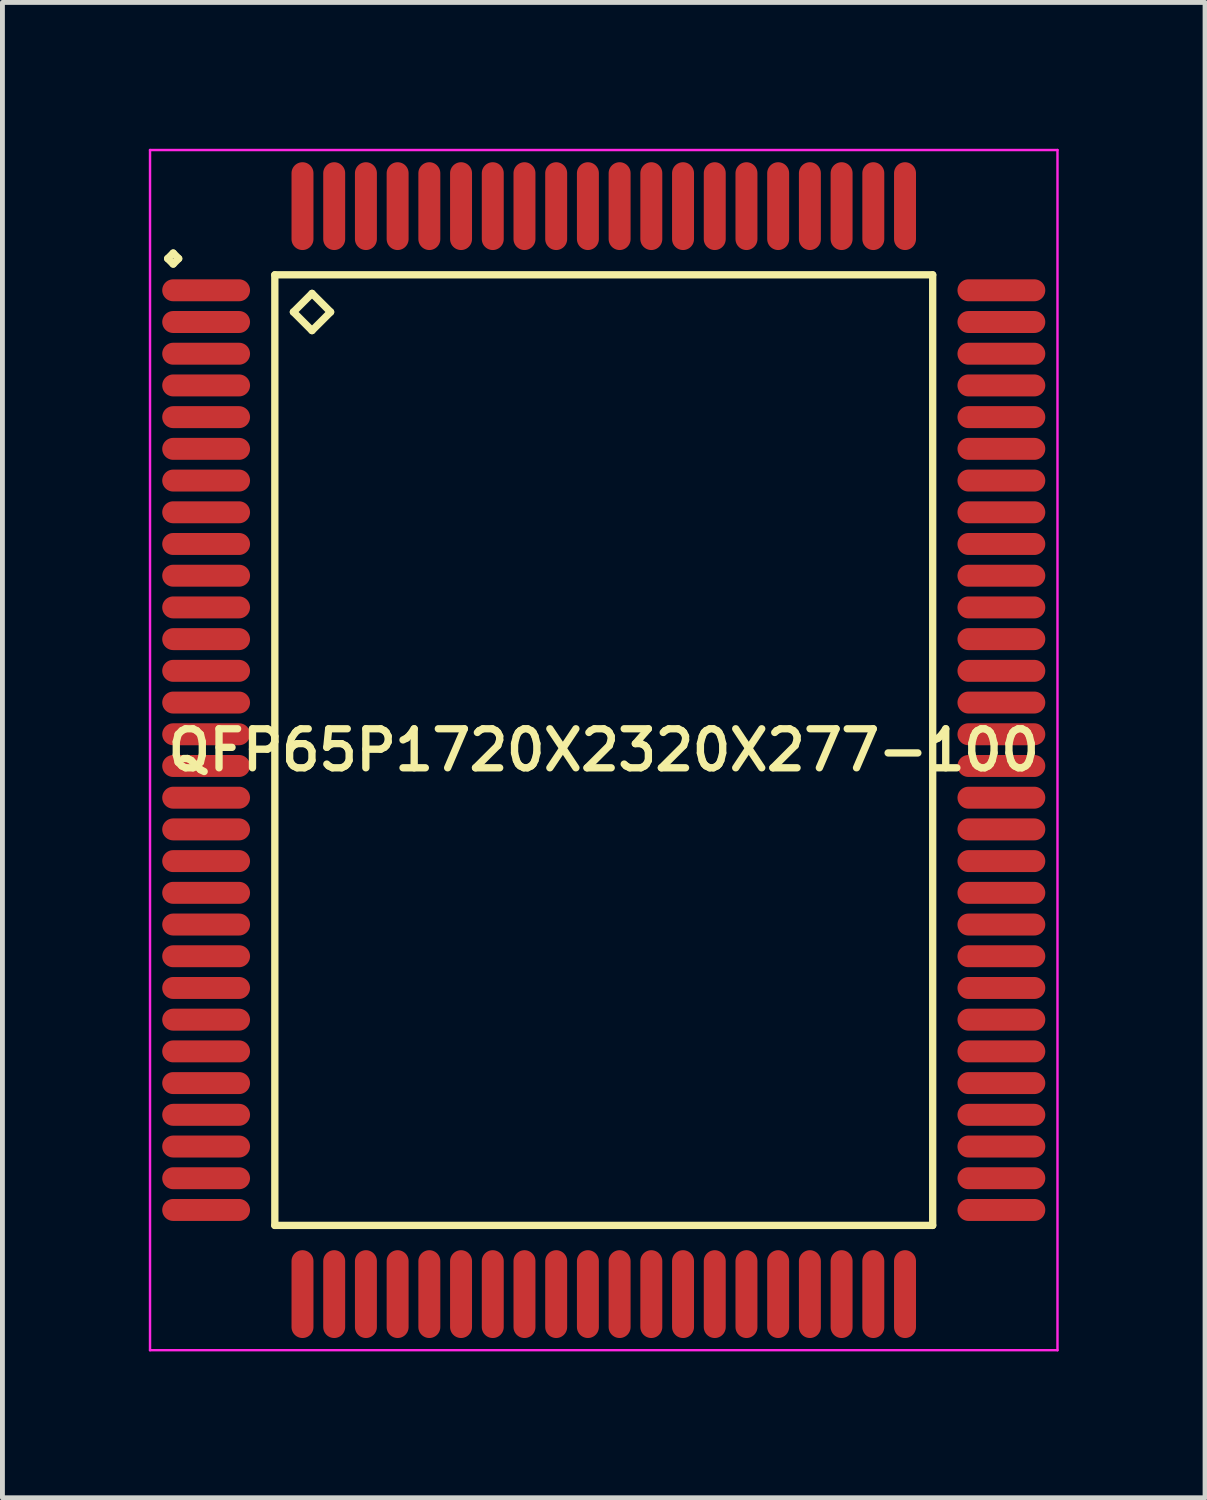
<source format=kicad_pcb>
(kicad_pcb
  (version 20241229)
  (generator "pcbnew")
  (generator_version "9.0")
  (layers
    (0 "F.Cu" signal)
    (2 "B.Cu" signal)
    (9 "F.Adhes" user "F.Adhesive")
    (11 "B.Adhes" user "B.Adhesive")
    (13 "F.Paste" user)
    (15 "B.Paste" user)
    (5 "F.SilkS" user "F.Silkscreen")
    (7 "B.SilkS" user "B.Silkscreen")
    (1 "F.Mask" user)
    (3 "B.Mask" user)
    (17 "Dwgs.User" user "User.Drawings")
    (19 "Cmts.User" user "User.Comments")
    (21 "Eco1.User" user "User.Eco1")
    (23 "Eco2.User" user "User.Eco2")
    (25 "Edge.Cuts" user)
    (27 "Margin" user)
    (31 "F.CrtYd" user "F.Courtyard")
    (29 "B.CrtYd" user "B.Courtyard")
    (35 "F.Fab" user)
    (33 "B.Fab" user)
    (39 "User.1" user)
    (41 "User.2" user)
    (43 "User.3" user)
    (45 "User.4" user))
  (footprint "QFP65P1720X2320X277-100"
    (layer "F.Cu")
    (at 9.325 12.325)
    (property "Reference" "QFP65P1720X2320X277-100" (at 0 0 0) (layer "F.SilkS") (effects (font (size 0.8 0.8) (thickness 0.15))))
    (attr smd)
    (fp_line (start -8.938 -10.075) (end -8.825 -10.188) (stroke (width 0.15) (type solid)) (layer "F.SilkS"))
    (fp_line (start -8.825 -10.188) (end -8.713 -10.075) (stroke (width 0.15) (type solid)) (layer "F.SilkS"))
    (fp_line (start -8.825 -9.963) (end -8.938 -10.075) (stroke (width 0.15) (type solid)) (layer "F.SilkS"))
    (fp_line (start -8.713 -10.075) (end -8.825 -9.963) (stroke (width 0.15) (type solid)) (layer "F.SilkS"))
    (fp_line (start -6.742 -9.742) (end -6.742 9.742) (stroke (width 0.15) (type solid)) (layer "F.SilkS"))
    (fp_line (start -6.742 9.742) (end 6.742 9.742) (stroke (width 0.15) (type solid)) (layer "F.SilkS"))
    (fp_line (start -6.361 -8.98) (end -5.98 -9.361) (stroke (width 0.15) (type solid)) (layer "F.SilkS"))
    (fp_line (start -5.98 -9.361) (end -5.599 -8.98) (stroke (width 0.15) (type solid)) (layer "F.SilkS"))
    (fp_line (start -5.98 -8.599) (end -6.361 -8.98) (stroke (width 0.15) (type solid)) (layer "F.SilkS"))
    (fp_line (start -5.599 -8.98) (end -5.98 -8.599) (stroke (width 0.15) (type solid)) (layer "F.SilkS"))
    (fp_line (start 6.742 -9.742) (end -6.742 -9.742) (stroke (width 0.15) (type solid)) (layer "F.SilkS"))
    (fp_line (start 6.742 9.742) (end 6.742 -9.742) (stroke (width 0.15) (type solid)) (layer "F.SilkS"))
    (fp_line (start -9.3 -12.3) (end 9.3 -12.3) (stroke (width 0.05) (type solid)) (layer "F.CrtYd"))
    (fp_line (start -9.3 12.3) (end -9.3 -12.3) (stroke (width 0.05) (type solid)) (layer "F.CrtYd"))
    (fp_line (start 9.3 -12.3) (end 9.3 12.3) (stroke (width 0.05) (type solid)) (layer "F.CrtYd"))
    (fp_line (start 9.3 12.3) (end -9.3 12.3) (stroke (width 0.05) (type solid)) (layer "F.CrtYd"))
    (pad "1" smd oval (at -8.15 -9.425) (size 1.8 0.45) (layers "F.Cu" "F.Mask" "F.Paste"))
    (pad "2" smd oval (at -8.15 -8.775) (size 1.8 0.45) (layers "F.Cu" "F.Mask" "F.Paste"))
    (pad "3" smd oval (at -8.15 -8.125) (size 1.8 0.45) (layers "F.Cu" "F.Mask" "F.Paste"))
    (pad "4" smd oval (at -8.15 -7.475) (size 1.8 0.45) (layers "F.Cu" "F.Mask" "F.Paste"))
    (pad "5" smd oval (at -8.15 -6.825) (size 1.8 0.45) (layers "F.Cu" "F.Mask" "F.Paste"))
    (pad "6" smd oval (at -8.15 -6.175) (size 1.8 0.45) (layers "F.Cu" "F.Mask" "F.Paste"))
    (pad "7" smd oval (at -8.15 -5.525) (size 1.8 0.45) (layers "F.Cu" "F.Mask" "F.Paste"))
    (pad "8" smd oval (at -8.15 -4.875) (size 1.8 0.45) (layers "F.Cu" "F.Mask" "F.Paste"))
    (pad "9" smd oval (at -8.15 -4.225) (size 1.8 0.45) (layers "F.Cu" "F.Mask" "F.Paste"))
    (pad "10" smd oval (at -8.15 -3.575) (size 1.8 0.45) (layers "F.Cu" "F.Mask" "F.Paste"))
    (pad "11" smd oval (at -8.15 -2.925) (size 1.8 0.45) (layers "F.Cu" "F.Mask" "F.Paste"))
    (pad "12" smd oval (at -8.15 -2.275) (size 1.8 0.45) (layers "F.Cu" "F.Mask" "F.Paste"))
    (pad "13" smd oval (at -8.15 -1.625) (size 1.8 0.45) (layers "F.Cu" "F.Mask" "F.Paste"))
    (pad "14" smd oval (at -8.15 -0.975) (size 1.8 0.45) (layers "F.Cu" "F.Mask" "F.Paste"))
    (pad "15" smd oval (at -8.15 -0.325) (size 1.8 0.45) (layers "F.Cu" "F.Mask" "F.Paste"))
    (pad "16" smd oval (at -8.15 0.325) (size 1.8 0.45) (layers "F.Cu" "F.Mask" "F.Paste"))
    (pad "17" smd oval (at -8.15 0.975) (size 1.8 0.45) (layers "F.Cu" "F.Mask" "F.Paste"))
    (pad "18" smd oval (at -8.15 1.625) (size 1.8 0.45) (layers "F.Cu" "F.Mask" "F.Paste"))
    (pad "19" smd oval (at -8.15 2.275) (size 1.8 0.45) (layers "F.Cu" "F.Mask" "F.Paste"))
    (pad "20" smd oval (at -8.15 2.925) (size 1.8 0.45) (layers "F.Cu" "F.Mask" "F.Paste"))
    (pad "21" smd oval (at -8.15 3.575) (size 1.8 0.45) (layers "F.Cu" "F.Mask" "F.Paste"))
    (pad "22" smd oval (at -8.15 4.225) (size 1.8 0.45) (layers "F.Cu" "F.Mask" "F.Paste"))
    (pad "23" smd oval (at -8.15 4.875) (size 1.8 0.45) (layers "F.Cu" "F.Mask" "F.Paste"))
    (pad "24" smd oval (at -8.15 5.525) (size 1.8 0.45) (layers "F.Cu" "F.Mask" "F.Paste"))
    (pad "25" smd oval (at -8.15 6.175) (size 1.8 0.45) (layers "F.Cu" "F.Mask" "F.Paste"))
    (pad "26" smd oval (at -8.15 6.825) (size 1.8 0.45) (layers "F.Cu" "F.Mask" "F.Paste"))
    (pad "27" smd oval (at -8.15 7.475) (size 1.8 0.45) (layers "F.Cu" "F.Mask" "F.Paste"))
    (pad "28" smd oval (at -8.15 8.125) (size 1.8 0.45) (layers "F.Cu" "F.Mask" "F.Paste"))
    (pad "29" smd oval (at -8.15 8.775) (size 1.8 0.45) (layers "F.Cu" "F.Mask" "F.Paste"))
    (pad "30" smd oval (at -8.15 9.425) (size 1.8 0.45) (layers "F.Cu" "F.Mask" "F.Paste"))
    (pad "31" smd oval (at -6.175 11.15) (size 0.45 1.8) (layers "F.Cu" "F.Mask" "F.Paste"))
    (pad "32" smd oval (at -5.525 11.15) (size 0.45 1.8) (layers "F.Cu" "F.Mask" "F.Paste"))
    (pad "33" smd oval (at -4.875 11.15) (size 0.45 1.8) (layers "F.Cu" "F.Mask" "F.Paste"))
    (pad "34" smd oval (at -4.225 11.15) (size 0.45 1.8) (layers "F.Cu" "F.Mask" "F.Paste"))
    (pad "35" smd oval (at -3.575 11.15) (size 0.45 1.8) (layers "F.Cu" "F.Mask" "F.Paste"))
    (pad "36" smd oval (at -2.925 11.15) (size 0.45 1.8) (layers "F.Cu" "F.Mask" "F.Paste"))
    (pad "37" smd oval (at -2.275 11.15) (size 0.45 1.8) (layers "F.Cu" "F.Mask" "F.Paste"))
    (pad "38" smd oval (at -1.625 11.15) (size 0.45 1.8) (layers "F.Cu" "F.Mask" "F.Paste"))
    (pad "39" smd oval (at -0.975 11.15) (size 0.45 1.8) (layers "F.Cu" "F.Mask" "F.Paste"))
    (pad "40" smd oval (at -0.325 11.15) (size 0.45 1.8) (layers "F.Cu" "F.Mask" "F.Paste"))
    (pad "41" smd oval (at 0.325 11.15) (size 0.45 1.8) (layers "F.Cu" "F.Mask" "F.Paste"))
    (pad "42" smd oval (at 0.975 11.15) (size 0.45 1.8) (layers "F.Cu" "F.Mask" "F.Paste"))
    (pad "43" smd oval (at 1.625 11.15) (size 0.45 1.8) (layers "F.Cu" "F.Mask" "F.Paste"))
    (pad "44" smd oval (at 2.275 11.15) (size 0.45 1.8) (layers "F.Cu" "F.Mask" "F.Paste"))
    (pad "45" smd oval (at 2.925 11.15) (size 0.45 1.8) (layers "F.Cu" "F.Mask" "F.Paste"))
    (pad "46" smd oval (at 3.575 11.15) (size 0.45 1.8) (layers "F.Cu" "F.Mask" "F.Paste"))
    (pad "47" smd oval (at 4.225 11.15) (size 0.45 1.8) (layers "F.Cu" "F.Mask" "F.Paste"))
    (pad "48" smd oval (at 4.875 11.15) (size 0.45 1.8) (layers "F.Cu" "F.Mask" "F.Paste"))
    (pad "49" smd oval (at 5.525 11.15) (size 0.45 1.8) (layers "F.Cu" "F.Mask" "F.Paste"))
    (pad "50" smd oval (at 6.175 11.15) (size 0.45 1.8) (layers "F.Cu" "F.Mask" "F.Paste"))
    (pad "51" smd oval (at 8.15 9.425) (size 1.8 0.45) (layers "F.Cu" "F.Mask" "F.Paste"))
    (pad "52" smd oval (at 8.15 8.775) (size 1.8 0.45) (layers "F.Cu" "F.Mask" "F.Paste"))
    (pad "53" smd oval (at 8.15 8.125) (size 1.8 0.45) (layers "F.Cu" "F.Mask" "F.Paste"))
    (pad "54" smd oval (at 8.15 7.475) (size 1.8 0.45) (layers "F.Cu" "F.Mask" "F.Paste"))
    (pad "55" smd oval (at 8.15 6.825) (size 1.8 0.45) (layers "F.Cu" "F.Mask" "F.Paste"))
    (pad "56" smd oval (at 8.15 6.175) (size 1.8 0.45) (layers "F.Cu" "F.Mask" "F.Paste"))
    (pad "57" smd oval (at 8.15 5.525) (size 1.8 0.45) (layers "F.Cu" "F.Mask" "F.Paste"))
    (pad "58" smd oval (at 8.15 4.875) (size 1.8 0.45) (layers "F.Cu" "F.Mask" "F.Paste"))
    (pad "59" smd oval (at 8.15 4.225) (size 1.8 0.45) (layers "F.Cu" "F.Mask" "F.Paste"))
    (pad "60" smd oval (at 8.15 3.575) (size 1.8 0.45) (layers "F.Cu" "F.Mask" "F.Paste"))
    (pad "61" smd oval (at 8.15 2.925) (size 1.8 0.45) (layers "F.Cu" "F.Mask" "F.Paste"))
    (pad "62" smd oval (at 8.15 2.275) (size 1.8 0.45) (layers "F.Cu" "F.Mask" "F.Paste"))
    (pad "63" smd oval (at 8.15 1.625) (size 1.8 0.45) (layers "F.Cu" "F.Mask" "F.Paste"))
    (pad "64" smd oval (at 8.15 0.975) (size 1.8 0.45) (layers "F.Cu" "F.Mask" "F.Paste"))
    (pad "65" smd oval (at 8.15 0.325) (size 1.8 0.45) (layers "F.Cu" "F.Mask" "F.Paste"))
    (pad "66" smd oval (at 8.15 -0.325) (size 1.8 0.45) (layers "F.Cu" "F.Mask" "F.Paste"))
    (pad "67" smd oval (at 8.15 -0.975) (size 1.8 0.45) (layers "F.Cu" "F.Mask" "F.Paste"))
    (pad "68" smd oval (at 8.15 -1.625) (size 1.8 0.45) (layers "F.Cu" "F.Mask" "F.Paste"))
    (pad "69" smd oval (at 8.15 -2.275) (size 1.8 0.45) (layers "F.Cu" "F.Mask" "F.Paste"))
    (pad "70" smd oval (at 8.15 -2.925) (size 1.8 0.45) (layers "F.Cu" "F.Mask" "F.Paste"))
    (pad "71" smd oval (at 8.15 -3.575) (size 1.8 0.45) (layers "F.Cu" "F.Mask" "F.Paste"))
    (pad "72" smd oval (at 8.15 -4.225) (size 1.8 0.45) (layers "F.Cu" "F.Mask" "F.Paste"))
    (pad "73" smd oval (at 8.15 -4.875) (size 1.8 0.45) (layers "F.Cu" "F.Mask" "F.Paste"))
    (pad "74" smd oval (at 8.15 -5.525) (size 1.8 0.45) (layers "F.Cu" "F.Mask" "F.Paste"))
    (pad "75" smd oval (at 8.15 -6.175) (size 1.8 0.45) (layers "F.Cu" "F.Mask" "F.Paste"))
    (pad "76" smd oval (at 8.15 -6.825) (size 1.8 0.45) (layers "F.Cu" "F.Mask" "F.Paste"))
    (pad "77" smd oval (at 8.15 -7.475) (size 1.8 0.45) (layers "F.Cu" "F.Mask" "F.Paste"))
    (pad "78" smd oval (at 8.15 -8.125) (size 1.8 0.45) (layers "F.Cu" "F.Mask" "F.Paste"))
    (pad "79" smd oval (at 8.15 -8.775) (size 1.8 0.45) (layers "F.Cu" "F.Mask" "F.Paste"))
    (pad "80" smd oval (at 8.15 -9.425) (size 1.8 0.45) (layers "F.Cu" "F.Mask" "F.Paste"))
    (pad "81" smd oval (at 6.175 -11.15) (size 0.45 1.8) (layers "F.Cu" "F.Mask" "F.Paste"))
    (pad "82" smd oval (at 5.525 -11.15) (size 0.45 1.8) (layers "F.Cu" "F.Mask" "F.Paste"))
    (pad "83" smd oval (at 4.875 -11.15) (size 0.45 1.8) (layers "F.Cu" "F.Mask" "F.Paste"))
    (pad "84" smd oval (at 4.225 -11.15) (size 0.45 1.8) (layers "F.Cu" "F.Mask" "F.Paste"))
    (pad "85" smd oval (at 3.575 -11.15) (size 0.45 1.8) (layers "F.Cu" "F.Mask" "F.Paste"))
    (pad "86" smd oval (at 2.925 -11.15) (size 0.45 1.8) (layers "F.Cu" "F.Mask" "F.Paste"))
    (pad "87" smd oval (at 2.275 -11.15) (size 0.45 1.8) (layers "F.Cu" "F.Mask" "F.Paste"))
    (pad "88" smd oval (at 1.625 -11.15) (size 0.45 1.8) (layers "F.Cu" "F.Mask" "F.Paste"))
    (pad "89" smd oval (at 0.975 -11.15) (size 0.45 1.8) (layers "F.Cu" "F.Mask" "F.Paste"))
    (pad "90" smd oval (at 0.325 -11.15) (size 0.45 1.8) (layers "F.Cu" "F.Mask" "F.Paste"))
    (pad "91" smd oval (at -0.325 -11.15) (size 0.45 1.8) (layers "F.Cu" "F.Mask" "F.Paste"))
    (pad "92" smd oval (at -0.975 -11.15) (size 0.45 1.8) (layers "F.Cu" "F.Mask" "F.Paste"))
    (pad "93" smd oval (at -1.625 -11.15) (size 0.45 1.8) (layers "F.Cu" "F.Mask" "F.Paste"))
    (pad "94" smd oval (at -2.275 -11.15) (size 0.45 1.8) (layers "F.Cu" "F.Mask" "F.Paste"))
    (pad "95" smd oval (at -2.925 -11.15) (size 0.45 1.8) (layers "F.Cu" "F.Mask" "F.Paste"))
    (pad "96" smd oval (at -3.575 -11.15) (size 0.45 1.8) (layers "F.Cu" "F.Mask" "F.Paste"))
    (pad "97" smd oval (at -4.225 -11.15) (size 0.45 1.8) (layers "F.Cu" "F.Mask" "F.Paste"))
    (pad "98" smd oval (at -4.875 -11.15) (size 0.45 1.8) (layers "F.Cu" "F.Mask" "F.Paste"))
    (pad "99" smd oval (at -5.525 -11.15) (size 0.45 1.8) (layers "F.Cu" "F.Mask" "F.Paste"))
    (pad "100" smd oval (at -6.175 -11.15) (size 0.45 1.8) (layers "F.Cu" "F.Mask" "F.Paste")))
  (gr_rect
    (start -3 -3)
    (end 21.65 27.65)
    (stroke (width 0.1) (type default))
    (fill no)
    (layer "Edge.Cuts")))
</source>
